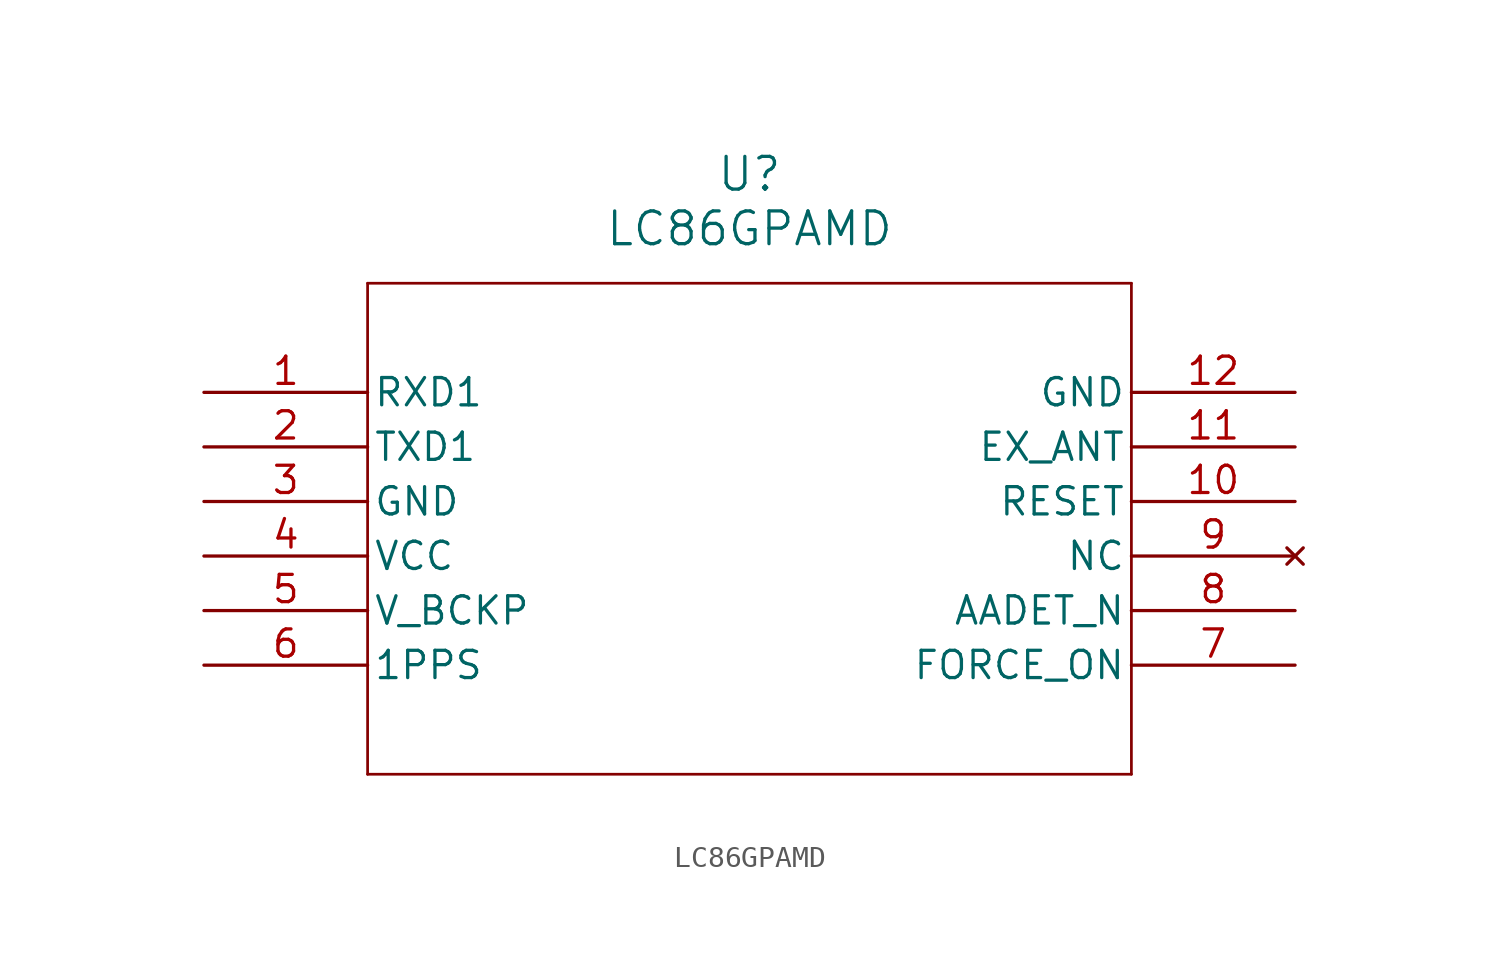
<source format=kicad_sym>
(kicad_symbol_lib
  (version 20231120)
  (generator "kicad_symbol_editor")
  (generator_version "8.0")
  (symbol "LC86GPAMD"
    (pin_names
      (offset 0.254))
    (property "Reference" "U"
      (at 25.4 10.16 0)
      (effects (font (size 1.524 1.524))))
    (property "Value" "LC86GPAMD"
      (at 25.4 7.62 0)
      (effects (font (size 1.524 1.524))))
    (property "ki_locked" ""
      (at 0 0 0)
      (effects (font (size 1.27 1.27))))
    (symbol "LC86GPAMD_0_1"
      (polyline (pts (xy 7.62 -17.78) (xy 43.18 -17.78)) (stroke (width 0.127) (type default)) (fill (type none)))
      (polyline (pts (xy 7.62 5.08) (xy 7.62 -17.78)) (stroke (width 0.127) (type default)) (fill (type none)))
      (polyline (pts (xy 43.18 -17.78) (xy 43.18 5.08)) (stroke (width 0.127) (type default)) (fill (type none)))
      (polyline (pts (xy 43.18 5.08) (xy 7.62 5.08)) (stroke (width 0.127) (type default)) (fill (type none)))
      (pin input line (at 0 0 0) (length 7.62) (name "RXD1" (effects (font (size 1.27 1.27)))) (number "1" (effects (font (size 1.27 1.27)))))
      (pin input line (at 50.8 -5.08 180) (length 7.62) (name "RESET" (effects (font (size 1.27 1.27)))) (number "10" (effects (font (size 1.27 1.27)))))
      (pin input line (at 50.8 -2.54 180) (length 7.62) (name "EX_ANT" (effects (font (size 1.27 1.27)))) (number "11" (effects (font (size 1.27 1.27)))))
      (pin power_out line (at 50.8 0 180) (length 7.62) (name "GND" (effects (font (size 1.27 1.27)))) (number "12" (effects (font (size 1.27 1.27)))))
      (pin output line (at 0 -2.54 0) (length 7.62) (name "TXD1" (effects (font (size 1.27 1.27)))) (number "2" (effects (font (size 1.27 1.27)))))
      (pin power_out line (at 0 -5.08 0) (length 7.62) (name "GND" (effects (font (size 1.27 1.27)))) (number "3" (effects (font (size 1.27 1.27)))))
      (pin power_in line (at 0 -7.62 0) (length 7.62) (name "VCC" (effects (font (size 1.27 1.27)))) (number "4" (effects (font (size 1.27 1.27)))))
      (pin power_in line (at 0 -10.16 0) (length 7.62) (name "V_BCKP" (effects (font (size 1.27 1.27)))) (number "5" (effects (font (size 1.27 1.27)))))
      (pin output line (at 0 -12.7 0) (length 7.62) (name "1PPS" (effects (font (size 1.27 1.27)))) (number "6" (effects (font (size 1.27 1.27)))))
      (pin input line (at 50.8 -12.7 180) (length 7.62) (name "FORCE_ON" (effects (font (size 1.27 1.27)))) (number "7" (effects (font (size 1.27 1.27)))))
      (pin output line (at 50.8 -10.16 180) (length 7.62) (name "AADET_N" (effects (font (size 1.27 1.27)))) (number "8" (effects (font (size 1.27 1.27)))))
      (pin no_connect line (at 50.8 -7.62 180) (length 7.62) (name "NC" (effects (font (size 1.27 1.27)))) (number "9" (effects (font (size 1.27 1.27))))))))
</source>
